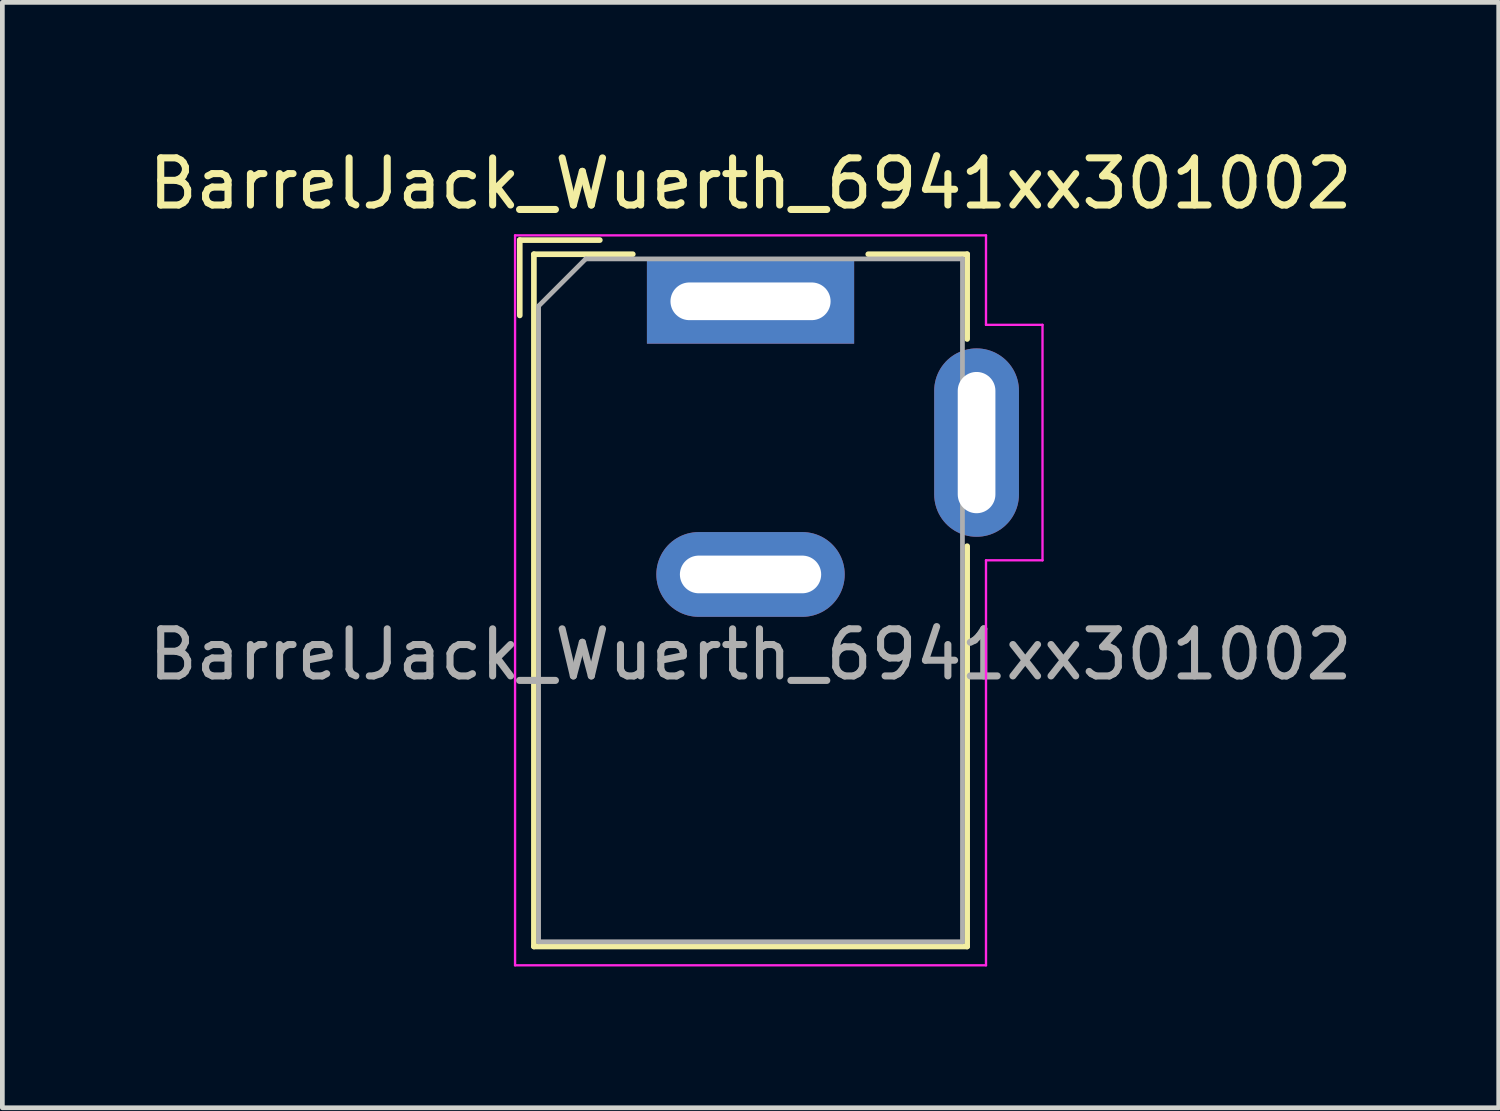
<source format=kicad_pcb>
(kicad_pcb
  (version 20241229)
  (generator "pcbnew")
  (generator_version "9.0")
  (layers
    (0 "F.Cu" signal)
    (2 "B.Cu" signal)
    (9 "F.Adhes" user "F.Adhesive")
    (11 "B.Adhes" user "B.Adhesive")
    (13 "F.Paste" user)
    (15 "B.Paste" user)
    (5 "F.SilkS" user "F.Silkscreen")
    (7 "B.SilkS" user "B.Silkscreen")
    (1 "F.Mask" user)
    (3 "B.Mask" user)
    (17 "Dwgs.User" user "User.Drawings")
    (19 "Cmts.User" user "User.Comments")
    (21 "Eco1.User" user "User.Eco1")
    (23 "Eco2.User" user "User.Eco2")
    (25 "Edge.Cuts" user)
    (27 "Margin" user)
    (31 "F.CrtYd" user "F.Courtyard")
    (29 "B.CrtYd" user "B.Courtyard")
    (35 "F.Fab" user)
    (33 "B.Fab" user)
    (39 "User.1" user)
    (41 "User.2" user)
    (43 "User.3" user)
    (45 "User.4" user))
  (footprint "BarrelJack_Wuerth_6941xx301002"
    (layer "F.Cu")
    (at 12.887 3.348)
    (property "Reference" "BarrelJack_Wuerth_6941xx301002" (at 0 -2.5 0) (layer "F.SilkS") (effects (font (size 1 1) (thickness 0.15))))
    (attr through_hole)
    (fp_line (start -4.9 -1.3) (end -4.9 0.3) (stroke (width 0.12) (type solid)) (layer "F.SilkS"))
    (fp_line (start -4.6 -1) (end -2.5 -1) (stroke (width 0.12) (type solid)) (layer "F.SilkS"))
    (fp_line (start -4.6 13.7) (end -4.6 -1) (stroke (width 0.12) (type solid)) (layer "F.SilkS"))
    (fp_line (start -3.2 -1.3) (end -4.9 -1.3) (stroke (width 0.12) (type solid)) (layer "F.SilkS"))
    (fp_line (start 2.5 -1) (end 4.6 -1) (stroke (width 0.12) (type solid)) (layer "F.SilkS"))
    (fp_line (start 4.6 -1) (end 4.6 0.8) (stroke (width 0.12) (type solid)) (layer "F.SilkS"))
    (fp_line (start 4.6 5.2) (end 4.6 13.7) (stroke (width 0.12) (type solid)) (layer "F.SilkS"))
    (fp_line (start 4.6 13.7) (end -4.6 13.7) (stroke (width 0.12) (type solid)) (layer "F.SilkS"))
    (fp_line (start -5 -1.4) (end -5 14.1) (stroke (width 0.05) (type solid)) (layer "F.CrtYd"))
    (fp_line (start -5 14.1) (end 5 14.1) (stroke (width 0.05) (type solid)) (layer "F.CrtYd"))
    (fp_line (start 5 -1.4) (end -5 -1.4) (stroke (width 0.05) (type solid)) (layer "F.CrtYd"))
    (fp_line (start 5 0.5) (end 5 -1.4) (stroke (width 0.05) (type solid)) (layer "F.CrtYd"))
    (fp_line (start 5 14.1) (end 5 5.5) (stroke (width 0.05) (type solid)) (layer "F.CrtYd"))
    (fp_line (start 6.2 0.5) (end 5 0.5) (stroke (width 0.05) (type solid)) (layer "F.CrtYd"))
    (fp_line (start 6.2 0.5) (end 6.2 5.5) (stroke (width 0.05) (type solid)) (layer "F.CrtYd"))
    (fp_line (start 6.2 5.5) (end 5 5.5) (stroke (width 0.05) (type solid)) (layer "F.CrtYd"))
    (fp_line (start -4.5 0.1) (end -3.5 -0.9) (stroke (width 0.1) (type solid)) (layer "F.Fab"))
    (fp_line (start -4.5 13.6) (end -4.5 0.1) (stroke (width 0.1) (type solid)) (layer "F.Fab"))
    (fp_line (start 4.5 -0.9) (end -3.5 -0.9) (stroke (width 0.1) (type solid)) (layer "F.Fab"))
    (fp_line (start 4.5 -0.9) (end 4.5 13.6) (stroke (width 0.1) (type solid)) (layer "F.Fab"))
    (fp_line (start 4.5 13.6) (end -4.5 13.6) (stroke (width 0.1) (type solid)) (layer "F.Fab"))
    (fp_text user "${REFERENCE}" (at 0 7.5 0) (layer "F.Fab") (effects (font (size 1 1) (thickness 0.15))))
    (pad "1" thru_hole rect (at 0 0) (size 4.4 1.8) (drill oval 3.4 0.8) (layers "*.Cu" "*.Mask"))
    (pad "2" thru_hole oval (at 0 5.8) (size 4 1.8) (drill oval 3 0.8) (layers "*.Cu" "*.Mask"))
    (pad "3" thru_hole oval (at 4.8 3 90) (size 4 1.8) (drill oval 3 0.8) (layers "*.Cu" "*.Mask")))
  (gr_rect
    (start -3 -3)
    (end 28.774 20.473)
    (stroke (width 0.1) (type default))
    (fill no)
    (layer "Edge.Cuts")))
</source>
